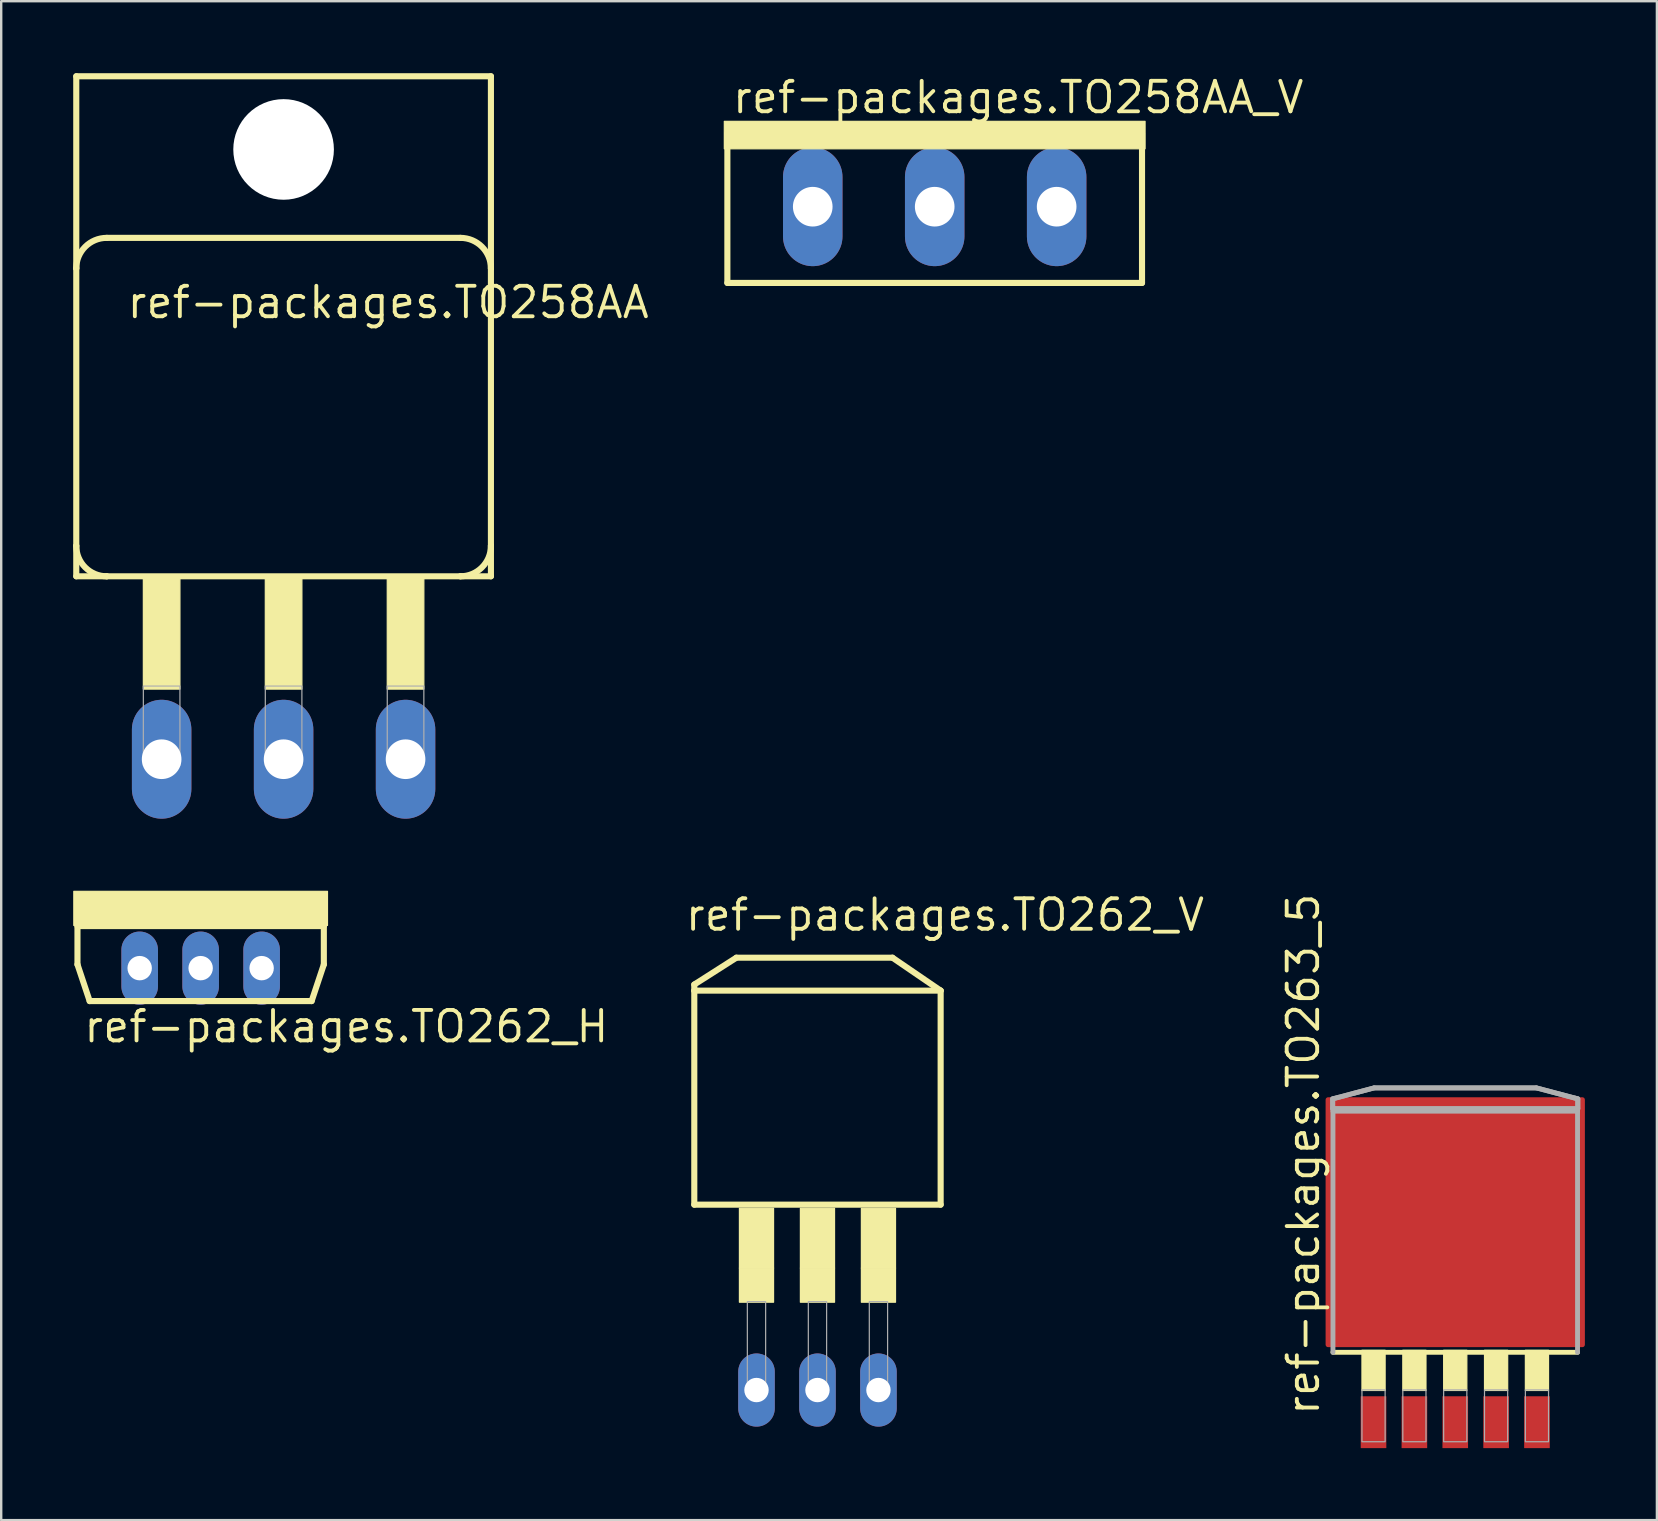
<source format=kicad_pcb>
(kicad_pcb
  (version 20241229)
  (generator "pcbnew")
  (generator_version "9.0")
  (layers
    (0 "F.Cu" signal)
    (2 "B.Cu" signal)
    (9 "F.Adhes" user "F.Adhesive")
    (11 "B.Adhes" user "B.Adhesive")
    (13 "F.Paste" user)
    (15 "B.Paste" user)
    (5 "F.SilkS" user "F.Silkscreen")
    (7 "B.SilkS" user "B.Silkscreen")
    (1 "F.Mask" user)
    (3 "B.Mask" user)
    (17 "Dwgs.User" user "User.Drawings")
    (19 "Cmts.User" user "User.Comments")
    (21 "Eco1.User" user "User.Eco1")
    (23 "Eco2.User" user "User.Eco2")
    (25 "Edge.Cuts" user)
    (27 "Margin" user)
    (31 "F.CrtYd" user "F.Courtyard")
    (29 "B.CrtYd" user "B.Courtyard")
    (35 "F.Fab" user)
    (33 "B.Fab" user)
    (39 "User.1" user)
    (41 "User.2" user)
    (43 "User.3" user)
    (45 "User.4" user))
  (footprint "ref-packages.TO262_H"
    (layer "F.Cu")
    (at 5.308 37.277)
    (property "Reference" "ref-packages.TO262_H" (at -4.953 3.175 0) (layer "F.SilkS") (effects (font (size 1.27 1.27) (thickness 0.16)) (justify left bottom)))
    (attr through_hole)
    (fp_line (start -5.131 -1.753) (end -5.131 -0.152) (stroke (width 0.254) (type default)) (layer "F.SilkS"))
    (fp_line (start -5.131 -1.753) (end 5.131 -1.753) (stroke (width 0.254) (type default)) (layer "F.SilkS"))
    (fp_line (start -5.131 -0.152) (end -4.623 1.372) (stroke (width 0.254) (type default)) (layer "F.SilkS"))
    (fp_line (start -4.623 1.372) (end 4.623 1.372) (stroke (width 0.254) (type default)) (layer "F.SilkS"))
    (fp_line (start 4.623 1.372) (end 5.131 -0.152) (stroke (width 0.254) (type default)) (layer "F.SilkS"))
    (fp_line (start 5.131 -0.152) (end 5.131 -1.753) (stroke (width 0.254) (type default)) (layer "F.SilkS"))
    (fp_rect (start -5.283 -1.778) (end 5.283 -3.2) (stroke (width 0.05) (type default)) (fill yes) (layer "F.SilkS"))
    (pad "1" thru_hole oval (at -2.54 0 90) (size 3.048 1.524) (drill 1.016) (layers "*.Cu" "*.Mask"))
    (pad "2" thru_hole oval (at 0 0 90) (size 3.048 1.524) (drill 1.016) (layers "*.Cu" "*.Mask"))
    (pad "3" thru_hole oval (at 2.54 0 90) (size 3.048 1.524) (drill 1.016) (layers "*.Cu" "*.Mask")))
  (footprint "ref-packages.TO258AA_V"
    (layer "F.Cu")
    (at 35.884 5.56)
    (property "Reference" "ref-packages.TO258AA_V" (at -8.509 -3.81 0) (layer "F.SilkS") (effects (font (size 1.27 1.27) (thickness 0.16)) (justify left bottom)))
    (attr through_hole)
    (fp_line (start -8.636 -3.048) (end -8.636 3.175) (stroke (width 0.254) (type default)) (layer "F.SilkS"))
    (fp_line (start -8.636 3.175) (end 8.636 3.175) (stroke (width 0.254) (type default)) (layer "F.SilkS"))
    (fp_line (start 8.636 -3.048) (end -8.636 -3.048) (stroke (width 0.254) (type default)) (layer "F.SilkS"))
    (fp_line (start 8.636 3.175) (end 8.636 -3.048) (stroke (width 0.254) (type default)) (layer "F.SilkS"))
    (fp_rect (start -8.763 -2.413) (end 8.763 -3.556) (stroke (width 0.05) (type default)) (fill yes) (layer "F.SilkS"))
    (pad "1-D" thru_hole oval (at -5.08 0 90) (size 4.953 2.477) (drill 1.651) (layers "*.Cu" "*.Mask"))
    (pad "2-S" thru_hole oval (at 0 0 90) (size 4.953 2.477) (drill 1.651) (layers "*.Cu" "*.Mask"))
    (pad "3-G" thru_hole oval (at 5.08 0 90) (size 4.953 2.477) (drill 1.651) (layers "*.Cu" "*.Mask")))
  (footprint "ref-packages.TO262_V"
    (layer "F.Cu")
    (at 31.001 42.151)
    (property "Reference" "ref-packages.TO262_V" (at -5.588 -6.35 0) (layer "F.SilkS") (effects (font (size 1.27 1.27) (thickness 0.16)) (justify left bottom)))
    (attr through_hole)
    (fp_line (start -5.131 -4.191) (end -5.131 -3.937) (stroke (width 0.254) (type default)) (layer "F.SilkS"))
    (fp_line (start -5.131 -3.937) (end -5.131 4.978) (stroke (width 0.254) (type default)) (layer "F.SilkS"))
    (fp_line (start -5.131 -3.937) (end 5.131 -3.937) (stroke (width 0.254) (type default)) (layer "F.SilkS"))
    (fp_line (start -5.131 4.978) (end 5.131 4.978) (stroke (width 0.254) (type default)) (layer "F.SilkS"))
    (fp_line (start -3.378 -5.309) (end -5.131 -4.191) (stroke (width 0.254) (type default)) (layer "F.SilkS"))
    (fp_line (start 3.124 -5.309) (end -3.378 -5.309) (stroke (width 0.254) (type default)) (layer "F.SilkS"))
    (fp_line (start 5.131 -3.937) (end 3.124 -5.309) (stroke (width 0.254) (type default)) (layer "F.SilkS"))
    (fp_line (start 5.131 4.978) (end 5.131 -3.937) (stroke (width 0.254) (type default)) (layer "F.SilkS"))
    (fp_rect (start -3.251 7.62) (end -1.829 5.131) (stroke (width 0.05) (type default)) (fill yes) (layer "F.SilkS"))
    (fp_rect (start -3.251 9.042) (end -1.829 7.62) (stroke (width 0.05) (type default)) (fill yes) (layer "F.SilkS"))
    (fp_rect (start -0.711 7.62) (end 0.711 5.131) (stroke (width 0.05) (type default)) (fill yes) (layer "F.SilkS"))
    (fp_rect (start -0.711 9.042) (end 0.711 7.62) (stroke (width 0.05) (type default)) (fill yes) (layer "F.SilkS"))
    (fp_rect (start 1.829 7.62) (end 3.251 5.131) (stroke (width 0.05) (type default)) (fill yes) (layer "F.SilkS"))
    (fp_rect (start 1.829 9.042) (end 3.251 7.62) (stroke (width 0.05) (type default)) (fill yes) (layer "F.SilkS"))
    (fp_rect (start -2.921 12.954) (end -2.159 9.017) (stroke (width 0.05) (type default)) (fill no) (layer "F.Fab"))
    (fp_rect (start -0.381 12.954) (end 0.381 9.017) (stroke (width 0.05) (type default)) (fill no) (layer "F.Fab"))
    (fp_rect (start 2.159 12.954) (end 2.921 9.017) (stroke (width 0.05) (type default)) (fill no) (layer "F.Fab"))
    (pad "1" thru_hole oval (at -2.54 12.7 90) (size 3.048 1.524) (drill 1.016) (layers "*.Cu" "*.Mask"))
    (pad "2" thru_hole oval (at 0 12.7 90) (size 3.048 1.524) (drill 1.016) (layers "*.Cu" "*.Mask"))
    (pad "3" thru_hole oval (at 2.54 12.7 90) (size 3.048 1.524) (drill 1.016) (layers "*.Cu" "*.Mask")))
  (footprint "ref-packages.TO258AA"
    (layer "F.Cu")
    (at 8.763 3.175)
    (property "Reference" "ref-packages.TO258AA" (at -6.604 7.112 0) (layer "F.SilkS") (effects (font (size 1.27 1.27) (thickness 0.16)) (justify left bottom)))
    (attr through_hole)
    (fp_line (start -8.636 -3.048) (end -8.636 4.953) (stroke (width 0.254) (type default)) (layer "F.SilkS"))
    (fp_line (start -8.636 4.953) (end -8.636 16.51) (stroke (width 0.254) (type default)) (layer "F.SilkS"))
    (fp_line (start -8.636 16.51) (end -8.636 17.78) (stroke (width 0.254) (type default)) (layer "F.SilkS"))
    (fp_line (start -8.636 17.78) (end -7.366 17.78) (stroke (width 0.254) (type default)) (layer "F.SilkS"))
    (fp_line (start -7.366 17.78) (end 7.366 17.78) (stroke (width 0.254) (type default)) (layer "F.SilkS"))
    (fp_line (start 7.366 3.683) (end -7.366 3.683) (stroke (width 0.254) (type default)) (layer "F.SilkS"))
    (fp_line (start 7.366 17.78) (end 8.636 17.78) (stroke (width 0.254) (type default)) (layer "F.SilkS"))
    (fp_line (start 8.636 -3.048) (end -8.636 -3.048) (stroke (width 0.254) (type default)) (layer "F.SilkS"))
    (fp_line (start 8.636 4.953) (end 8.636 -3.048) (stroke (width 0.254) (type default)) (layer "F.SilkS"))
    (fp_line (start 8.636 16.51) (end 8.636 4.953) (stroke (width 0.254) (type default)) (layer "F.SilkS"))
    (fp_line (start 8.636 17.78) (end 8.636 16.51) (stroke (width 0.254) (type default)) (layer "F.SilkS"))
    (fp_rect (start -5.842 22.479) (end -4.318 17.78) (stroke (width 0.05) (type default)) (fill yes) (layer "F.SilkS"))
    (fp_rect (start -0.762 22.479) (end 0.762 17.78) (stroke (width 0.05) (type default)) (fill yes) (layer "F.SilkS"))
    (fp_rect (start 4.318 22.479) (end 5.842 17.78) (stroke (width 0.05) (type default)) (fill yes) (layer "F.SilkS"))
    (fp_arc (start -8.636 4.953) (mid -8.264026 4.054974) (end -7.366 3.683) (stroke (width 0.254) (type default)) (layer "F.SilkS"))
    (fp_arc (start -7.366 17.78) (mid -8.264026 17.408026) (end -8.636 16.51) (stroke (width 0.254) (type default)) (layer "F.SilkS"))
    (fp_arc (start 7.366 3.683) (mid 8.264026 4.054974) (end 8.636 4.953) (stroke (width 0.254) (type default)) (layer "F.SilkS"))
    (fp_arc (start 8.636 16.51) (mid 8.264026 17.408026) (end 7.366 17.78) (stroke (width 0.254) (type default)) (layer "F.SilkS"))
    (fp_rect (start -5.842 25.654) (end -4.318 22.352) (stroke (width 0.05) (type default)) (fill no) (layer "F.Fab"))
    (fp_rect (start -0.762 25.654) (end 0.762 22.352) (stroke (width 0.05) (type default)) (fill no) (layer "F.Fab"))
    (fp_rect (start 4.318 25.654) (end 5.842 22.352) (stroke (width 0.05) (type default)) (fill no) (layer "F.Fab"))
    (pad "" np_thru_hole circle (at 0 0) (size 4.191 4.191) (drill 4.191) (layers "*.Cu" "*.Mask"))
    (pad "1-D" thru_hole oval (at -5.08 25.4 90) (size 4.953 2.477) (drill 1.651) (layers "*.Cu" "*.Mask"))
    (pad "2-S" thru_hole oval (at 0 25.4 90) (size 4.953 2.477) (drill 1.651) (layers "*.Cu" "*.Mask"))
    (pad "3-G" thru_hole oval (at 5.08 25.4 90) (size 4.953 2.477) (drill 1.651) (layers "*.Cu" "*.Mask")))
  (footprint "ref-packages.TO263_5"
    (layer "F.Cu")
    (at 57.567 50.4)
    (property "Reference" "ref-packages.TO263_5" (at -5.588 5.588 90) (layer "F.SilkS") (effects (font (size 1.27 1.27) (thickness 0.16)) (justify left bottom)))
    (attr smd)
    (fp_line (start 5.094 2.88) (end -5.094 2.88) (stroke (width 0.203) (type default)) (layer "F.SilkS"))
    (fp_rect (start -3.886 4.47) (end -2.921 2.794) (stroke (width 0.05) (type default)) (fill yes) (layer "F.SilkS"))
    (fp_rect (start -2.184 4.47) (end -1.219 2.794) (stroke (width 0.05) (type default)) (fill yes) (layer "F.SilkS"))
    (fp_rect (start -0.483 4.47) (end 0.483 2.794) (stroke (width 0.05) (type default)) (fill yes) (layer "F.SilkS"))
    (fp_rect (start 1.219 4.47) (end 2.184 2.794) (stroke (width 0.05) (type default)) (fill yes) (layer "F.SilkS"))
    (fp_rect (start 2.921 4.47) (end 3.886 2.794) (stroke (width 0.05) (type default)) (fill yes) (layer "F.SilkS"))
    (fp_line (start -5.105 -7.678) (end -3.378 -8.135) (stroke (width 0.203) (type default)) (layer "F.Fab"))
    (fp_line (start -5.105 -7.267) (end -5.105 -7.678) (stroke (width 0.203) (type default)) (layer "F.Fab"))
    (fp_line (start -5.094 -7.165) (end 5.094 -7.165) (stroke (width 0.203) (type default)) (layer "F.Fab"))
    (fp_line (start -5.094 2.88) (end -5.094 -7.165) (stroke (width 0.203) (type default)) (layer "F.Fab"))
    (fp_line (start -3.378 -8.135) (end 3.378 -8.135) (stroke (width 0.203) (type default)) (layer "F.Fab"))
    (fp_line (start 3.378 -8.135) (end 5.105 -7.678) (stroke (width 0.203) (type default)) (layer "F.Fab"))
    (fp_line (start 5.094 -7.165) (end 5.094 2.88) (stroke (width 0.203) (type default)) (layer "F.Fab"))
    (fp_line (start 5.105 -7.678) (end 5.105 -7.267) (stroke (width 0.203) (type default)) (layer "F.Fab"))
    (fp_line (start 5.105 -7.267) (end -5.105 -7.267) (stroke (width 0.203) (type default)) (layer "F.Fab"))
    (fp_rect (start -3.886 6.604) (end -2.921 4.445) (stroke (width 0.05) (type default)) (fill no) (layer "F.Fab"))
    (fp_rect (start -2.184 6.604) (end -1.219 4.445) (stroke (width 0.05) (type default)) (fill no) (layer "F.Fab"))
    (fp_rect (start -0.483 6.604) (end 0.483 4.445) (stroke (width 0.05) (type default)) (fill no) (layer "F.Fab"))
    (fp_rect (start 1.219 6.604) (end 2.184 4.445) (stroke (width 0.05) (type default)) (fill no) (layer "F.Fab"))
    (fp_rect (start 2.921 6.604) (end 3.886 4.445) (stroke (width 0.05) (type default)) (fill no) (layer "F.Fab"))
    (fp_poly (pts (xy -5.105 -7.267) (xy -5.105 -7.678) (xy -3.378 -8.135) (xy 3.378 -8.135) (xy 5.105 -7.678) (xy 5.105 -7.267)) (stroke (width 0.203) (type default)) (fill no) (layer "F.Fab"))
    (pad "1" smd roundrect (at -3.404 5.791) (size 1.067 2.159) (layers "F.Cu" "F.Mask" "F.Paste") (roundrect_rratio 0.01))
    (pad "2" smd roundrect (at -1.702 5.791) (size 1.067 2.159) (layers "F.Cu" "F.Mask" "F.Paste") (roundrect_rratio 0.01))
    (pad "3" smd roundrect (at 0 5.791) (size 1.067 2.159) (layers "F.Cu" "F.Mask" "F.Paste") (roundrect_rratio 0.01))
    (pad "4" smd roundrect (at 1.702 5.791) (size 1.067 2.159) (layers "F.Cu" "F.Mask" "F.Paste") (roundrect_rratio 0.01))
    (pad "5" smd roundrect (at 3.404 5.791) (size 1.067 2.159) (layers "F.Cu" "F.Mask" "F.Paste") (roundrect_rratio 0.01))
    (pad "6" smd roundrect (at 0 -2.54) (size 10.8 10.41) (layers "F.Cu" "F.Mask" "F.Paste") (roundrect_rratio 0.01)))
  (gr_rect
    (start -3 -3)
    (end 65.967 60.271)
    (stroke (width 0.1) (type default))
    (fill no)
    (layer "Edge.Cuts")))
</source>
